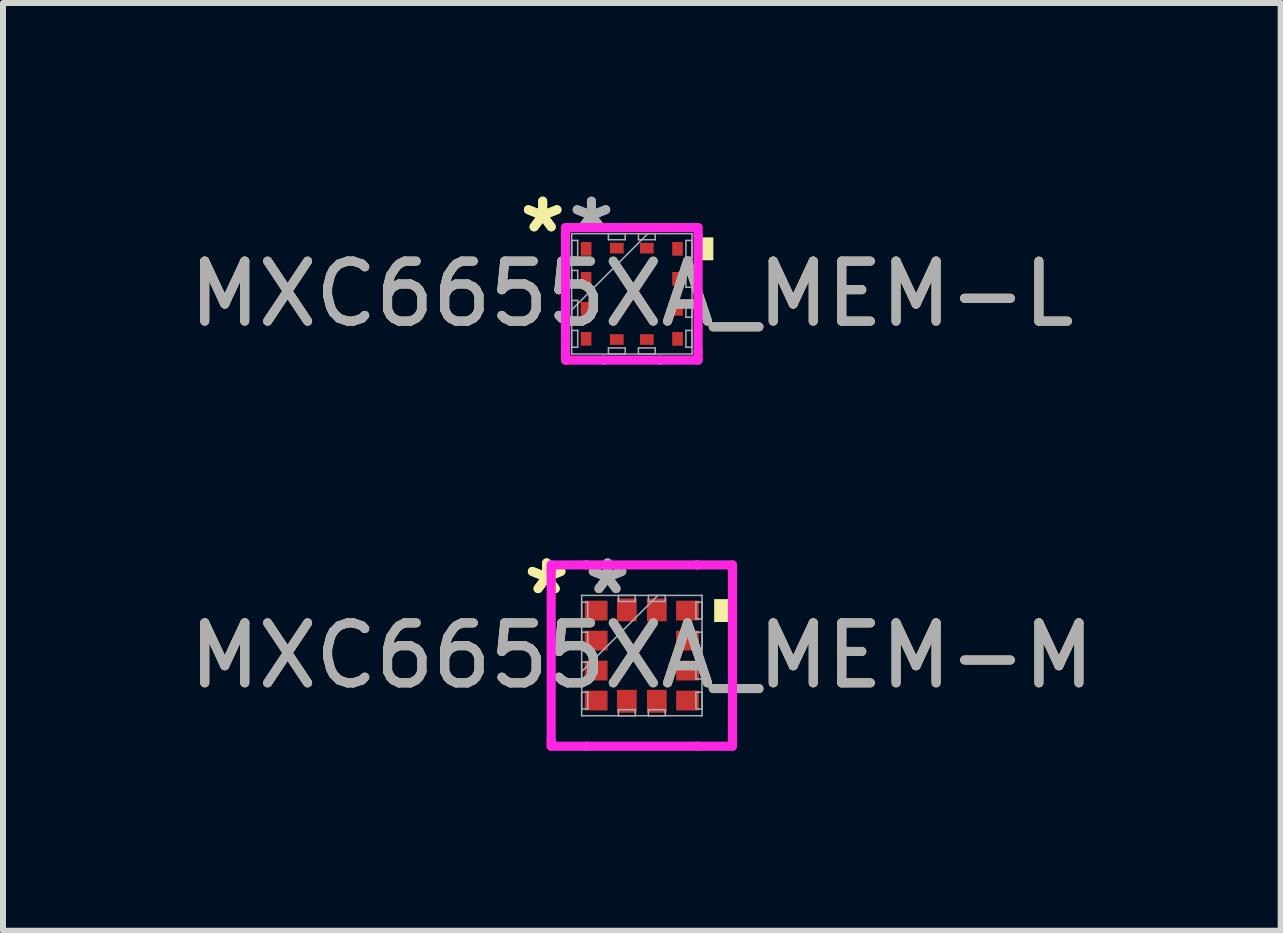
<source format=kicad_pcb>
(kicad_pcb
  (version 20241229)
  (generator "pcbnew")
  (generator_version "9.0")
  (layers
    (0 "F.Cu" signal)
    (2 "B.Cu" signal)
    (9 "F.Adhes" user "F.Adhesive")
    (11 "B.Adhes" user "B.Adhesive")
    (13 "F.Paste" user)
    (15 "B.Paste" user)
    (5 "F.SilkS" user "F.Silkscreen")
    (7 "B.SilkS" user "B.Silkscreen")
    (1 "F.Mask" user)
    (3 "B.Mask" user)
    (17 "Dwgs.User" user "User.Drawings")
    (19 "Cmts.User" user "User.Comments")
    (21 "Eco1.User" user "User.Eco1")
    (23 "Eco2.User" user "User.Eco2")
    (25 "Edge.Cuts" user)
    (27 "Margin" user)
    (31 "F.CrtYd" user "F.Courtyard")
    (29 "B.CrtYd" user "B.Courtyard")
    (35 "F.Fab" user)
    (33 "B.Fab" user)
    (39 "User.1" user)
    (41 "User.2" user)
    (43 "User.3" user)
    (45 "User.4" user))
  (footprint "MXC6655XA_MEM-M"
    (layer "F.Cu")
    (at 7.649 7.878)
    (property "Reference" "MXC6655XA_MEM-M" (at 0 0 0) (unlocked yes) (layer "F.SilkS") (effects (font (size 1 1) (thickness 0.15))))
    (attr smd)
    (fp_poly (pts (xy 1.46 -0.941) (xy 1.46 -0.56) (xy 1.206 -0.56) (xy 1.206 -0.941)) (stroke (width 0) (type solid)) (fill yes) (layer "F.SilkS"))
    (fp_line (start -1.511 -1.511) (end -0.923 -1.511) (stroke (width 0.152) (type solid)) (layer "F.CrtYd"))
    (fp_line (start -1.511 -1.423) (end -1.511 -1.511) (stroke (width 0.152) (type solid)) (layer "F.CrtYd"))
    (fp_line (start -1.511 -1.423) (end -1.511 -1.423) (stroke (width 0.152) (type solid)) (layer "F.CrtYd"))
    (fp_line (start -1.511 1.423) (end -1.511 -1.423) (stroke (width 0.152) (type solid)) (layer "F.CrtYd"))
    (fp_line (start -1.511 1.423) (end -1.511 1.423) (stroke (width 0.152) (type solid)) (layer "F.CrtYd"))
    (fp_line (start -1.511 1.511) (end -1.511 1.423) (stroke (width 0.152) (type solid)) (layer "F.CrtYd"))
    (fp_line (start -0.923 -1.511) (end -0.923 -1.511) (stroke (width 0.152) (type solid)) (layer "F.CrtYd"))
    (fp_line (start -0.923 -1.511) (end 0.923 -1.511) (stroke (width 0.152) (type solid)) (layer "F.CrtYd"))
    (fp_line (start -0.923 1.511) (end -1.511 1.511) (stroke (width 0.152) (type solid)) (layer "F.CrtYd"))
    (fp_line (start -0.923 1.511) (end -0.923 1.511) (stroke (width 0.152) (type solid)) (layer "F.CrtYd"))
    (fp_line (start 0.923 -1.511) (end 0.923 -1.511) (stroke (width 0.152) (type solid)) (layer "F.CrtYd"))
    (fp_line (start 0.923 -1.511) (end 1.511 -1.511) (stroke (width 0.152) (type solid)) (layer "F.CrtYd"))
    (fp_line (start 0.923 1.511) (end -0.923 1.511) (stroke (width 0.152) (type solid)) (layer "F.CrtYd"))
    (fp_line (start 0.923 1.511) (end 0.923 1.511) (stroke (width 0.152) (type solid)) (layer "F.CrtYd"))
    (fp_line (start 1.511 -1.511) (end 1.511 -1.423) (stroke (width 0.152) (type solid)) (layer "F.CrtYd"))
    (fp_line (start 1.511 -1.423) (end 1.511 -1.423) (stroke (width 0.152) (type solid)) (layer "F.CrtYd"))
    (fp_line (start 1.511 -1.423) (end 1.511 1.423) (stroke (width 0.152) (type solid)) (layer "F.CrtYd"))
    (fp_line (start 1.511 1.423) (end 1.511 1.423) (stroke (width 0.152) (type solid)) (layer "F.CrtYd"))
    (fp_line (start 1.511 1.423) (end 1.511 1.511) (stroke (width 0.152) (type solid)) (layer "F.CrtYd"))
    (fp_line (start 1.511 1.511) (end 0.923 1.511) (stroke (width 0.152) (type solid)) (layer "F.CrtYd"))
    (fp_line (start -1.003 -1.003) (end -1.003 -1.003) (stroke (width 0.025) (type solid)) (layer "F.Fab"))
    (fp_line (start -1.003 -1.003) (end -1.003 1.003) (stroke (width 0.025) (type solid)) (layer "F.Fab"))
    (fp_line (start -1.003 -0.89) (end -0.902 -0.89) (stroke (width 0.025) (type solid)) (layer "F.Fab"))
    (fp_line (start -1.003 -0.61) (end -1.003 -0.89) (stroke (width 0.025) (type solid)) (layer "F.Fab"))
    (fp_line (start -1.003 -0.39) (end -0.902 -0.39) (stroke (width 0.025) (type solid)) (layer "F.Fab"))
    (fp_line (start -1.003 -0.11) (end -1.003 -0.39) (stroke (width 0.025) (type solid)) (layer "F.Fab"))
    (fp_line (start -1.003 0.11) (end -0.902 0.11) (stroke (width 0.025) (type solid)) (layer "F.Fab"))
    (fp_line (start -1.003 0.267) (end 0.267 -1.003) (stroke (width 0.025) (type solid)) (layer "F.Fab"))
    (fp_line (start -1.003 0.39) (end -1.003 0.11) (stroke (width 0.025) (type solid)) (layer "F.Fab"))
    (fp_line (start -1.003 0.61) (end -0.902 0.61) (stroke (width 0.025) (type solid)) (layer "F.Fab"))
    (fp_line (start -1.003 0.89) (end -1.003 0.61) (stroke (width 0.025) (type solid)) (layer "F.Fab"))
    (fp_line (start -1.003 1.003) (end -1.003 1.003) (stroke (width 0.025) (type solid)) (layer "F.Fab"))
    (fp_line (start -1.003 1.003) (end 1.003 1.003) (stroke (width 0.025) (type solid)) (layer "F.Fab"))
    (fp_line (start -0.902 -0.89) (end -0.902 -0.61) (stroke (width 0.025) (type solid)) (layer "F.Fab"))
    (fp_line (start -0.902 -0.61) (end -1.003 -0.61) (stroke (width 0.025) (type solid)) (layer "F.Fab"))
    (fp_line (start -0.902 -0.39) (end -0.902 -0.11) (stroke (width 0.025) (type solid)) (layer "F.Fab"))
    (fp_line (start -0.902 -0.11) (end -1.003 -0.11) (stroke (width 0.025) (type solid)) (layer "F.Fab"))
    (fp_line (start -0.902 0.11) (end -0.902 0.39) (stroke (width 0.025) (type solid)) (layer "F.Fab"))
    (fp_line (start -0.902 0.39) (end -1.003 0.39) (stroke (width 0.025) (type solid)) (layer "F.Fab"))
    (fp_line (start -0.902 0.61) (end -0.902 0.89) (stroke (width 0.025) (type solid)) (layer "F.Fab"))
    (fp_line (start -0.902 0.89) (end -1.003 0.89) (stroke (width 0.025) (type solid)) (layer "F.Fab"))
    (fp_line (start -0.39 -1.003) (end -0.11 -1.003) (stroke (width 0.025) (type solid)) (layer "F.Fab"))
    (fp_line (start -0.39 -0.902) (end -0.39 -1.003) (stroke (width 0.025) (type solid)) (layer "F.Fab"))
    (fp_line (start -0.39 0.902) (end -0.11 0.902) (stroke (width 0.025) (type solid)) (layer "F.Fab"))
    (fp_line (start -0.39 1.003) (end -0.39 0.902) (stroke (width 0.025) (type solid)) (layer "F.Fab"))
    (fp_line (start -0.11 -1.003) (end -0.11 -0.902) (stroke (width 0.025) (type solid)) (layer "F.Fab"))
    (fp_line (start -0.11 -0.902) (end -0.39 -0.902) (stroke (width 0.025) (type solid)) (layer "F.Fab"))
    (fp_line (start -0.11 0.902) (end -0.11 1.003) (stroke (width 0.025) (type solid)) (layer "F.Fab"))
    (fp_line (start -0.11 1.003) (end -0.39 1.003) (stroke (width 0.025) (type solid)) (layer "F.Fab"))
    (fp_line (start 0.11 -1.003) (end 0.39 -1.003) (stroke (width 0.025) (type solid)) (layer "F.Fab"))
    (fp_line (start 0.11 -0.902) (end 0.11 -1.003) (stroke (width 0.025) (type solid)) (layer "F.Fab"))
    (fp_line (start 0.11 0.902) (end 0.39 0.902) (stroke (width 0.025) (type solid)) (layer "F.Fab"))
    (fp_line (start 0.11 1.003) (end 0.11 0.902) (stroke (width 0.025) (type solid)) (layer "F.Fab"))
    (fp_line (start 0.39 -1.003) (end 0.39 -0.902) (stroke (width 0.025) (type solid)) (layer "F.Fab"))
    (fp_line (start 0.39 -0.902) (end 0.11 -0.902) (stroke (width 0.025) (type solid)) (layer "F.Fab"))
    (fp_line (start 0.39 0.902) (end 0.39 1.003) (stroke (width 0.025) (type solid)) (layer "F.Fab"))
    (fp_line (start 0.39 1.003) (end 0.11 1.003) (stroke (width 0.025) (type solid)) (layer "F.Fab"))
    (fp_line (start 0.902 -0.89) (end 1.003 -0.89) (stroke (width 0.025) (type solid)) (layer "F.Fab"))
    (fp_line (start 0.902 -0.61) (end 0.902 -0.89) (stroke (width 0.025) (type solid)) (layer "F.Fab"))
    (fp_line (start 0.902 -0.39) (end 1.003 -0.39) (stroke (width 0.025) (type solid)) (layer "F.Fab"))
    (fp_line (start 0.902 -0.11) (end 0.902 -0.39) (stroke (width 0.025) (type solid)) (layer "F.Fab"))
    (fp_line (start 0.902 0.11) (end 1.003 0.11) (stroke (width 0.025) (type solid)) (layer "F.Fab"))
    (fp_line (start 0.902 0.39) (end 0.902 0.11) (stroke (width 0.025) (type solid)) (layer "F.Fab"))
    (fp_line (start 0.902 0.61) (end 1.003 0.61) (stroke (width 0.025) (type solid)) (layer "F.Fab"))
    (fp_line (start 0.902 0.89) (end 0.902 0.61) (stroke (width 0.025) (type solid)) (layer "F.Fab"))
    (fp_line (start 1.003 -1.003) (end -1.003 -1.003) (stroke (width 0.025) (type solid)) (layer "F.Fab"))
    (fp_line (start 1.003 -1.003) (end 1.003 -1.003) (stroke (width 0.025) (type solid)) (layer "F.Fab"))
    (fp_line (start 1.003 -0.89) (end 1.003 -0.61) (stroke (width 0.025) (type solid)) (layer "F.Fab"))
    (fp_line (start 1.003 -0.61) (end 0.902 -0.61) (stroke (width 0.025) (type solid)) (layer "F.Fab"))
    (fp_line (start 1.003 -0.39) (end 1.003 -0.11) (stroke (width 0.025) (type solid)) (layer "F.Fab"))
    (fp_line (start 1.003 -0.11) (end 0.902 -0.11) (stroke (width 0.025) (type solid)) (layer "F.Fab"))
    (fp_line (start 1.003 0.11) (end 1.003 0.39) (stroke (width 0.025) (type solid)) (layer "F.Fab"))
    (fp_line (start 1.003 0.39) (end 0.902 0.39) (stroke (width 0.025) (type solid)) (layer "F.Fab"))
    (fp_line (start 1.003 0.61) (end 1.003 0.89) (stroke (width 0.025) (type solid)) (layer "F.Fab"))
    (fp_line (start 1.003 0.89) (end 0.902 0.89) (stroke (width 0.025) (type solid)) (layer "F.Fab"))
    (fp_line (start 1.003 1.003) (end 1.003 -1.003) (stroke (width 0.025) (type solid)) (layer "F.Fab"))
    (fp_line (start 1.003 1.003) (end 1.003 1.003) (stroke (width 0.025) (type solid)) (layer "F.Fab"))
    (fp_text user "*" (at -1.587 -1 0) (unlocked yes) (layer "F.SilkS") (effects (font (size 1 1) (thickness 0.15))))
    (fp_text user "*" (at -1.587 -1 0) (layer "F.SilkS") (effects (font (size 1 1) (thickness 0.15))))
    (fp_text user "*" (at -0.572 -1 0) (unlocked yes) (layer "F.Fab") (effects (font (size 1 1) (thickness 0.15))))
    (fp_text user "${REFERENCE}" (at 0 0 0) (unlocked yes) (layer "F.Fab") (effects (font (size 1 1) (thickness 0.15))))
    (fp_text user "*" (at -0.572 -1 0) (layer "F.Fab") (effects (font (size 1 1) (thickness 0.15))))
    (pad "1" smd rect (at -0.762 -0.75 90) (size 0.33 0.381) (layers "F.Cu" "F.Mask" "F.Paste"))
    (pad "2" smd rect (at -0.762 -0.25 90) (size 0.33 0.381) (layers "F.Cu" "F.Mask" "F.Paste"))
    (pad "3" smd rect (at -0.762 0.25 90) (size 0.33 0.381) (layers "F.Cu" "F.Mask" "F.Paste"))
    (pad "4" smd rect (at -0.762 0.75 90) (size 0.33 0.381) (layers "F.Cu" "F.Mask" "F.Paste"))
    (pad "5" smd rect (at -0.25 0.762) (size 0.33 0.381) (layers "F.Cu" "F.Mask" "F.Paste"))
    (pad "6" smd rect (at 0.25 0.762) (size 0.33 0.381) (layers "F.Cu" "F.Mask" "F.Paste"))
    (pad "7" smd rect (at 0.762 0.75 90) (size 0.33 0.381) (layers "F.Cu" "F.Mask" "F.Paste"))
    (pad "8" smd rect (at 0.762 0.25 90) (size 0.33 0.381) (layers "F.Cu" "F.Mask" "F.Paste"))
    (pad "9" smd rect (at 0.762 -0.25 90) (size 0.33 0.381) (layers "F.Cu" "F.Mask" "F.Paste"))
    (pad "10" smd rect (at 0.762 -0.75 90) (size 0.33 0.381) (layers "F.Cu" "F.Mask" "F.Paste"))
    (pad "11" smd rect (at 0.25 -0.762) (size 0.33 0.381) (layers "F.Cu" "F.Mask" "F.Paste"))
    (pad "12" smd rect (at -0.25 -0.762) (size 0.33 0.381) (layers "F.Cu" "F.Mask" "F.Paste")))
  (footprint "MXC6655XA_MEM-L"
    (layer "F.Cu")
    (at 7.482 1.848)
    (property "Reference" "MXC6655XA_MEM-L" (at 0 0 0) (unlocked yes) (layer "F.SilkS") (effects (font (size 1 1) (thickness 0.15))))
    (attr smd)
    (fp_poly (pts (xy 1.359 -0.941) (xy 1.359 -0.56) (xy 1.105 -0.56) (xy 1.105 -0.941)) (stroke (width 0) (type solid)) (fill yes) (layer "F.SilkS"))
    (fp_line (start -1.105 -1.105) (end -0.466 -1.105) (stroke (width 0.152) (type solid)) (layer "F.CrtYd"))
    (fp_line (start -1.105 -0.966) (end -1.105 -1.105) (stroke (width 0.152) (type solid)) (layer "F.CrtYd"))
    (fp_line (start -1.105 -0.966) (end -1.105 -0.966) (stroke (width 0.152) (type solid)) (layer "F.CrtYd"))
    (fp_line (start -1.105 0.966) (end -1.105 -0.966) (stroke (width 0.152) (type solid)) (layer "F.CrtYd"))
    (fp_line (start -1.105 0.966) (end -1.105 0.966) (stroke (width 0.152) (type solid)) (layer "F.CrtYd"))
    (fp_line (start -1.105 1.105) (end -1.105 0.966) (stroke (width 0.152) (type solid)) (layer "F.CrtYd"))
    (fp_line (start -0.466 -1.105) (end -0.466 -1.105) (stroke (width 0.152) (type solid)) (layer "F.CrtYd"))
    (fp_line (start -0.466 -1.105) (end 0.466 -1.105) (stroke (width 0.152) (type solid)) (layer "F.CrtYd"))
    (fp_line (start -0.466 1.105) (end -1.105 1.105) (stroke (width 0.152) (type solid)) (layer "F.CrtYd"))
    (fp_line (start -0.466 1.105) (end -0.466 1.105) (stroke (width 0.152) (type solid)) (layer "F.CrtYd"))
    (fp_line (start 0.466 -1.105) (end 0.466 -1.105) (stroke (width 0.152) (type solid)) (layer "F.CrtYd"))
    (fp_line (start 0.466 -1.105) (end 1.105 -1.105) (stroke (width 0.152) (type solid)) (layer "F.CrtYd"))
    (fp_line (start 0.466 1.105) (end -0.466 1.105) (stroke (width 0.152) (type solid)) (layer "F.CrtYd"))
    (fp_line (start 0.466 1.105) (end 0.466 1.105) (stroke (width 0.152) (type solid)) (layer "F.CrtYd"))
    (fp_line (start 1.105 -1.105) (end 1.105 -0.966) (stroke (width 0.152) (type solid)) (layer "F.CrtYd"))
    (fp_line (start 1.105 -0.966) (end 1.105 -0.966) (stroke (width 0.152) (type solid)) (layer "F.CrtYd"))
    (fp_line (start 1.105 -0.966) (end 1.105 0.966) (stroke (width 0.152) (type solid)) (layer "F.CrtYd"))
    (fp_line (start 1.105 0.966) (end 1.105 0.966) (stroke (width 0.152) (type solid)) (layer "F.CrtYd"))
    (fp_line (start 1.105 0.966) (end 1.105 1.105) (stroke (width 0.152) (type solid)) (layer "F.CrtYd"))
    (fp_line (start 1.105 1.105) (end 0.466 1.105) (stroke (width 0.152) (type solid)) (layer "F.CrtYd"))
    (fp_line (start -1.003 -1.003) (end -1.003 -1.003) (stroke (width 0.025) (type solid)) (layer "F.Fab"))
    (fp_line (start -1.003 -1.003) (end -1.003 1.003) (stroke (width 0.025) (type solid)) (layer "F.Fab"))
    (fp_line (start -1.003 -0.89) (end -0.902 -0.89) (stroke (width 0.025) (type solid)) (layer "F.Fab"))
    (fp_line (start -1.003 -0.61) (end -1.003 -0.89) (stroke (width 0.025) (type solid)) (layer "F.Fab"))
    (fp_line (start -1.003 -0.39) (end -0.902 -0.39) (stroke (width 0.025) (type solid)) (layer "F.Fab"))
    (fp_line (start -1.003 -0.11) (end -1.003 -0.39) (stroke (width 0.025) (type solid)) (layer "F.Fab"))
    (fp_line (start -1.003 0.11) (end -0.902 0.11) (stroke (width 0.025) (type solid)) (layer "F.Fab"))
    (fp_line (start -1.003 0.267) (end 0.267 -1.003) (stroke (width 0.025) (type solid)) (layer "F.Fab"))
    (fp_line (start -1.003 0.39) (end -1.003 0.11) (stroke (width 0.025) (type solid)) (layer "F.Fab"))
    (fp_line (start -1.003 0.61) (end -0.902 0.61) (stroke (width 0.025) (type solid)) (layer "F.Fab"))
    (fp_line (start -1.003 0.89) (end -1.003 0.61) (stroke (width 0.025) (type solid)) (layer "F.Fab"))
    (fp_line (start -1.003 1.003) (end -1.003 1.003) (stroke (width 0.025) (type solid)) (layer "F.Fab"))
    (fp_line (start -1.003 1.003) (end 1.003 1.003) (stroke (width 0.025) (type solid)) (layer "F.Fab"))
    (fp_line (start -0.902 -0.89) (end -0.902 -0.61) (stroke (width 0.025) (type solid)) (layer "F.Fab"))
    (fp_line (start -0.902 -0.61) (end -1.003 -0.61) (stroke (width 0.025) (type solid)) (layer "F.Fab"))
    (fp_line (start -0.902 -0.39) (end -0.902 -0.11) (stroke (width 0.025) (type solid)) (layer "F.Fab"))
    (fp_line (start -0.902 -0.11) (end -1.003 -0.11) (stroke (width 0.025) (type solid)) (layer "F.Fab"))
    (fp_line (start -0.902 0.11) (end -0.902 0.39) (stroke (width 0.025) (type solid)) (layer "F.Fab"))
    (fp_line (start -0.902 0.39) (end -1.003 0.39) (stroke (width 0.025) (type solid)) (layer "F.Fab"))
    (fp_line (start -0.902 0.61) (end -0.902 0.89) (stroke (width 0.025) (type solid)) (layer "F.Fab"))
    (fp_line (start -0.902 0.89) (end -1.003 0.89) (stroke (width 0.025) (type solid)) (layer "F.Fab"))
    (fp_line (start -0.39 -1.003) (end -0.11 -1.003) (stroke (width 0.025) (type solid)) (layer "F.Fab"))
    (fp_line (start -0.39 -0.902) (end -0.39 -1.003) (stroke (width 0.025) (type solid)) (layer "F.Fab"))
    (fp_line (start -0.39 0.902) (end -0.11 0.902) (stroke (width 0.025) (type solid)) (layer "F.Fab"))
    (fp_line (start -0.39 1.003) (end -0.39 0.902) (stroke (width 0.025) (type solid)) (layer "F.Fab"))
    (fp_line (start -0.11 -1.003) (end -0.11 -0.902) (stroke (width 0.025) (type solid)) (layer "F.Fab"))
    (fp_line (start -0.11 -0.902) (end -0.39 -0.902) (stroke (width 0.025) (type solid)) (layer "F.Fab"))
    (fp_line (start -0.11 0.902) (end -0.11 1.003) (stroke (width 0.025) (type solid)) (layer "F.Fab"))
    (fp_line (start -0.11 1.003) (end -0.39 1.003) (stroke (width 0.025) (type solid)) (layer "F.Fab"))
    (fp_line (start 0.11 -1.003) (end 0.39 -1.003) (stroke (width 0.025) (type solid)) (layer "F.Fab"))
    (fp_line (start 0.11 -0.902) (end 0.11 -1.003) (stroke (width 0.025) (type solid)) (layer "F.Fab"))
    (fp_line (start 0.11 0.902) (end 0.39 0.902) (stroke (width 0.025) (type solid)) (layer "F.Fab"))
    (fp_line (start 0.11 1.003) (end 0.11 0.902) (stroke (width 0.025) (type solid)) (layer "F.Fab"))
    (fp_line (start 0.39 -1.003) (end 0.39 -0.902) (stroke (width 0.025) (type solid)) (layer "F.Fab"))
    (fp_line (start 0.39 -0.902) (end 0.11 -0.902) (stroke (width 0.025) (type solid)) (layer "F.Fab"))
    (fp_line (start 0.39 0.902) (end 0.39 1.003) (stroke (width 0.025) (type solid)) (layer "F.Fab"))
    (fp_line (start 0.39 1.003) (end 0.11 1.003) (stroke (width 0.025) (type solid)) (layer "F.Fab"))
    (fp_line (start 0.902 -0.89) (end 1.003 -0.89) (stroke (width 0.025) (type solid)) (layer "F.Fab"))
    (fp_line (start 0.902 -0.61) (end 0.902 -0.89) (stroke (width 0.025) (type solid)) (layer "F.Fab"))
    (fp_line (start 0.902 -0.39) (end 1.003 -0.39) (stroke (width 0.025) (type solid)) (layer "F.Fab"))
    (fp_line (start 0.902 -0.11) (end 0.902 -0.39) (stroke (width 0.025) (type solid)) (layer "F.Fab"))
    (fp_line (start 0.902 0.11) (end 1.003 0.11) (stroke (width 0.025) (type solid)) (layer "F.Fab"))
    (fp_line (start 0.902 0.39) (end 0.902 0.11) (stroke (width 0.025) (type solid)) (layer "F.Fab"))
    (fp_line (start 0.902 0.61) (end 1.003 0.61) (stroke (width 0.025) (type solid)) (layer "F.Fab"))
    (fp_line (start 0.902 0.89) (end 0.902 0.61) (stroke (width 0.025) (type solid)) (layer "F.Fab"))
    (fp_line (start 1.003 -1.003) (end -1.003 -1.003) (stroke (width 0.025) (type solid)) (layer "F.Fab"))
    (fp_line (start 1.003 -1.003) (end 1.003 -1.003) (stroke (width 0.025) (type solid)) (layer "F.Fab"))
    (fp_line (start 1.003 -0.89) (end 1.003 -0.61) (stroke (width 0.025) (type solid)) (layer "F.Fab"))
    (fp_line (start 1.003 -0.61) (end 0.902 -0.61) (stroke (width 0.025) (type solid)) (layer "F.Fab"))
    (fp_line (start 1.003 -0.39) (end 1.003 -0.11) (stroke (width 0.025) (type solid)) (layer "F.Fab"))
    (fp_line (start 1.003 -0.11) (end 0.902 -0.11) (stroke (width 0.025) (type solid)) (layer "F.Fab"))
    (fp_line (start 1.003 0.11) (end 1.003 0.39) (stroke (width 0.025) (type solid)) (layer "F.Fab"))
    (fp_line (start 1.003 0.39) (end 0.902 0.39) (stroke (width 0.025) (type solid)) (layer "F.Fab"))
    (fp_line (start 1.003 0.61) (end 1.003 0.89) (stroke (width 0.025) (type solid)) (layer "F.Fab"))
    (fp_line (start 1.003 0.89) (end 0.902 0.89) (stroke (width 0.025) (type solid)) (layer "F.Fab"))
    (fp_line (start 1.003 1.003) (end 1.003 -1.003) (stroke (width 0.025) (type solid)) (layer "F.Fab"))
    (fp_line (start 1.003 1.003) (end 1.003 1.003) (stroke (width 0.025) (type solid)) (layer "F.Fab"))
    (fp_text user "*" (at -1.486 -1 0) (unlocked yes) (layer "F.SilkS") (effects (font (size 1 1) (thickness 0.15))))
    (fp_text user "*" (at -1.486 -1 0) (layer "F.SilkS") (effects (font (size 1 1) (thickness 0.15))))
    (fp_text user "*" (at -0.673 -1 0) (layer "F.Fab") (effects (font (size 1 1) (thickness 0.15))))
    (fp_text user "${REFERENCE}" (at 0 0 0) (unlocked yes) (layer "F.Fab") (effects (font (size 1 1) (thickness 0.15))))
    (fp_text user "*" (at -0.673 -1 0) (unlocked yes) (layer "F.Fab") (effects (font (size 1 1) (thickness 0.15))))
    (pad "1" smd rect (at -0.762 -0.75 90) (size 0.229 0.178) (layers "F.Cu" "F.Mask" "F.Paste"))
    (pad "2" smd rect (at -0.762 -0.25 90) (size 0.229 0.178) (layers "F.Cu" "F.Mask" "F.Paste"))
    (pad "3" smd rect (at -0.762 0.25 90) (size 0.229 0.178) (layers "F.Cu" "F.Mask" "F.Paste"))
    (pad "4" smd rect (at -0.762 0.75 90) (size 0.229 0.178) (layers "F.Cu" "F.Mask" "F.Paste"))
    (pad "5" smd rect (at -0.25 0.762) (size 0.229 0.178) (layers "F.Cu" "F.Mask" "F.Paste"))
    (pad "6" smd rect (at 0.25 0.762) (size 0.229 0.178) (layers "F.Cu" "F.Mask" "F.Paste"))
    (pad "7" smd rect (at 0.762 0.75 90) (size 0.229 0.178) (layers "F.Cu" "F.Mask" "F.Paste"))
    (pad "8" smd rect (at 0.762 0.25 90) (size 0.229 0.178) (layers "F.Cu" "F.Mask" "F.Paste"))
    (pad "9" smd rect (at 0.762 -0.25 90) (size 0.229 0.178) (layers "F.Cu" "F.Mask" "F.Paste"))
    (pad "10" smd rect (at 0.762 -0.75 90) (size 0.229 0.178) (layers "F.Cu" "F.Mask" "F.Paste"))
    (pad "11" smd rect (at 0.25 -0.762) (size 0.229 0.178) (layers "F.Cu" "F.Mask" "F.Paste"))
    (pad "12" smd rect (at -0.25 -0.762) (size 0.229 0.178) (layers "F.Cu" "F.Mask" "F.Paste")))
  (gr_rect
    (start -3 -3)
    (end 18.298 12.465)
    (stroke (width 0.1) (type default))
    (fill no)
    (layer "Edge.Cuts")))
</source>
